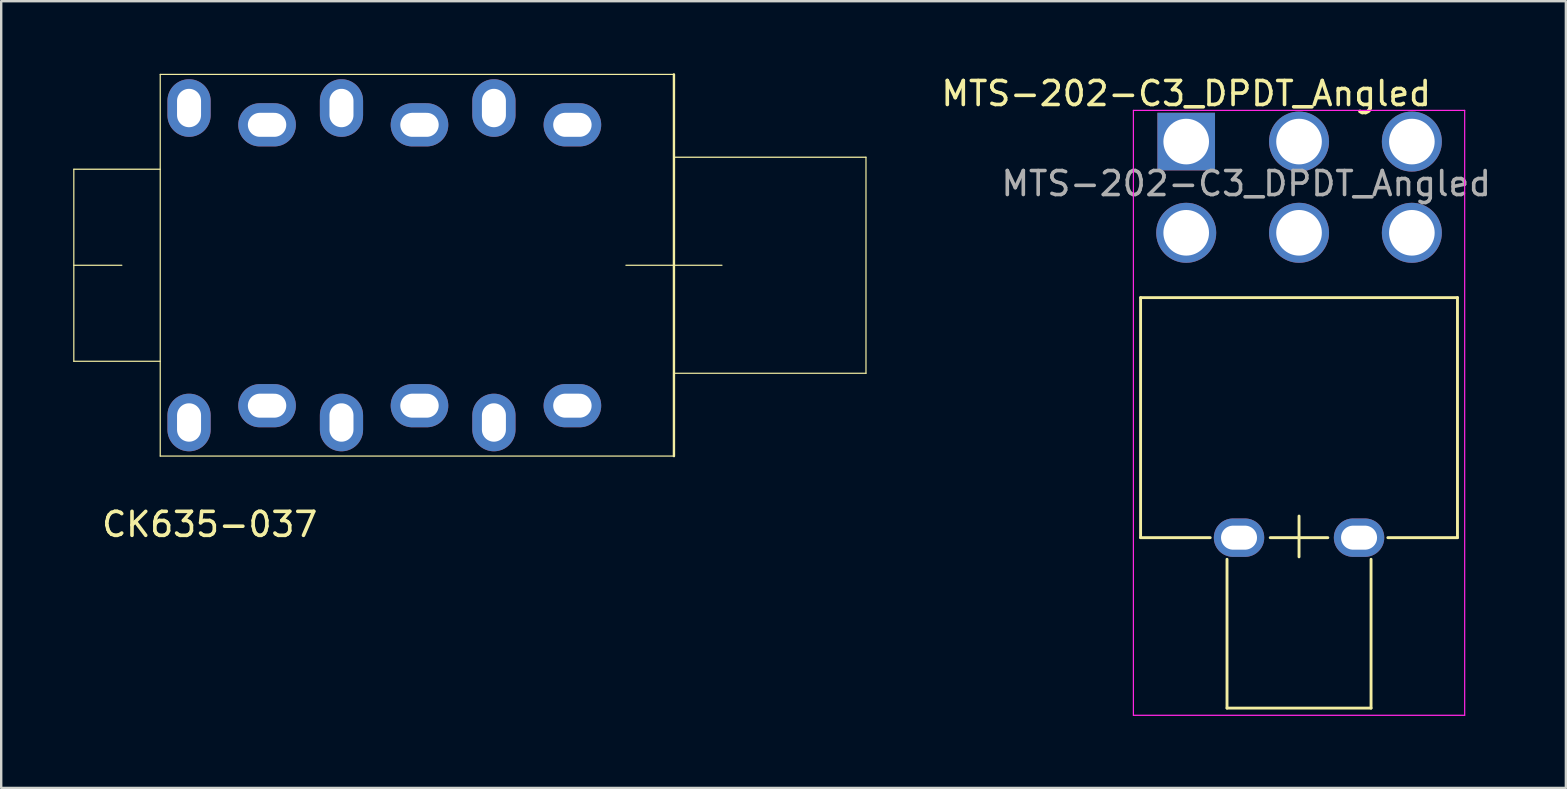
<source format=kicad_pcb>
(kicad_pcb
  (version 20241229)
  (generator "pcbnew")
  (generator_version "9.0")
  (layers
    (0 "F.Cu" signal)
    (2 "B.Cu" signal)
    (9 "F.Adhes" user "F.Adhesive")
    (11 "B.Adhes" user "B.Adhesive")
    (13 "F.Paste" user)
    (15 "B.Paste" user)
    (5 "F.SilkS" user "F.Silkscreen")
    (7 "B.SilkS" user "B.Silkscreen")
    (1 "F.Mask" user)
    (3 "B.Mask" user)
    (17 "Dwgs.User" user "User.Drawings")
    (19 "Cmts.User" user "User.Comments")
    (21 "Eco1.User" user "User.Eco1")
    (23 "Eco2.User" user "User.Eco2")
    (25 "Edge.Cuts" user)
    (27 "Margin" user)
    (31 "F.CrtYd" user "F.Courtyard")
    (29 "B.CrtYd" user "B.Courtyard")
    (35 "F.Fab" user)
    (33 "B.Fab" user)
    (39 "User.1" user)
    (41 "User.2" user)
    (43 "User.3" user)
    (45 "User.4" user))
  (footprint "MTS-202-C3_DPDT_Angled"
    (layer "F.Cu")
    (at 46.365 2.848)
    (property "Reference" "MTS-202-C3_DPDT_Angled" (at 0 -2 0) (layer "F.SilkS") (effects (font (size 1 1) (thickness 0.15))))
    (attr through_hole)
    (fp_line (start -1.9 6.5) (end 11.3 6.5) (stroke (width 0.12) (type solid)) (layer "F.SilkS"))
    (fp_line (start -1.9 16.5) (end -1.9 6.5) (stroke (width 0.12) (type solid)) (layer "F.SilkS"))
    (fp_line (start -1.9 16.5) (end 1 16.5) (stroke (width 0.12) (type solid)) (layer "F.SilkS"))
    (fp_line (start 1.7 17.4) (end 1.7 23.6) (stroke (width 0.12) (type solid)) (layer "F.SilkS"))
    (fp_line (start 1.7 23.6) (end 7.7 23.6) (stroke (width 0.12) (type solid)) (layer "F.SilkS"))
    (fp_line (start 3.5 16.5) (end 5.9 16.5) (stroke (width 0.12) (type solid)) (layer "F.SilkS"))
    (fp_line (start 4.7 15.6) (end 4.7 17.3) (stroke (width 0.12) (type solid)) (layer "F.SilkS"))
    (fp_line (start 7.7 17.4) (end 7.7 23.6) (stroke (width 0.12) (type solid)) (layer "F.SilkS"))
    (fp_line (start 8.4 16.5) (end 11.3 16.5) (stroke (width 0.12) (type solid)) (layer "F.SilkS"))
    (fp_line (start 11.3 6.5) (end 11.3 16.5) (stroke (width 0.12) (type solid)) (layer "F.SilkS"))
    (fp_line (start -2.2 -1.3) (end 11.6 -1.3) (stroke (width 0.05) (type solid)) (layer "F.CrtYd"))
    (fp_line (start -2.2 23.9) (end -2.2 -1.3) (stroke (width 0.05) (type solid)) (layer "F.CrtYd"))
    (fp_line (start 11.6 -1.3) (end 11.6 23.9) (stroke (width 0.05) (type solid)) (layer "F.CrtYd"))
    (fp_line (start 11.6 23.9) (end -2.2 23.9) (stroke (width 0.05) (type solid)) (layer "F.CrtYd"))
    (fp_text user "${REFERENCE}" (at 2.5 1.75 0) (layer "F.Fab") (effects (font (size 1 1) (thickness 0.15))))
    (pad "" thru_hole oval (at 2.2 16.5) (size 2.1 1.6) (drill oval 1.5 1) (layers "*.Cu" "*.Mask"))
    (pad "" thru_hole oval (at 7.2 16.5) (size 2.1 1.6) (drill oval 1.5 1) (layers "*.Cu" "*.Mask"))
    (pad "1" thru_hole rect (at 0 0) (size 2.4 2.4) (drill 1.9) (layers "*.Cu" "*.Mask"))
    (pad "2" thru_hole circle (at 4.7 0) (size 2.5 2.5) (drill 1.9) (layers "*.Cu" "*.Mask"))
    (pad "3" thru_hole circle (at 9.4 0) (size 2.5 2.5) (drill 1.9) (layers "*.Cu" "*.Mask"))
    (pad "4" thru_hole circle (at 0 3.8) (size 2.5 2.5) (drill 1.9) (layers "*.Cu" "*.Mask"))
    (pad "5" thru_hole circle (at 4.7 3.8) (size 2.5 2.5) (drill 1.9) (layers "*.Cu" "*.Mask"))
    (pad "6" thru_hole circle (at 9.4 3.8) (size 2.5 2.5) (drill 1.9) (layers "*.Cu" "*.Mask")))
  (footprint "CK635-037"
    (layer "F.Cu")
    (at 25.025 8)
    (property "Reference" "CK635-037" (at -19.338 10.796 0) (layer "F.SilkS") (effects (font (size 1 1) (thickness 0.15))))
    (attr through_hole)
    (fp_line (start -25 -4) (end -25 4) (stroke (width 0.05) (type solid)) (layer "F.SilkS"))
    (fp_line (start -25 -4) (end -21.4 -4) (stroke (width 0.05) (type solid)) (layer "F.SilkS"))
    (fp_line (start -25 0) (end -23 0) (stroke (width 0.05) (type solid)) (layer "F.SilkS"))
    (fp_line (start -25 4) (end -21.4 4) (stroke (width 0.05) (type solid)) (layer "F.SilkS"))
    (fp_line (start -21.4 -7.95) (end -21.4 7.95) (stroke (width 0.05) (type solid)) (layer "F.SilkS"))
    (fp_line (start -2 0) (end 2 0) (stroke (width 0.05) (type solid)) (layer "F.SilkS"))
    (fp_line (start 0 -7.95) (end -21.4 -7.95) (stroke (width 0.05) (type solid)) (layer "F.SilkS"))
    (fp_line (start 0 -7.95) (end 0 7.95) (stroke (width 0.1) (type solid)) (layer "F.SilkS"))
    (fp_line (start 0 7.95) (end -21.4 7.95) (stroke (width 0.05) (type solid)) (layer "F.SilkS"))
    (fp_line (start 8 -4.5) (end 0 -4.5) (stroke (width 0.05) (type solid)) (layer "F.SilkS"))
    (fp_line (start 8 -4.5) (end 8 4.5) (stroke (width 0.05) (type solid)) (layer "F.SilkS"))
    (fp_line (start 8 4.5) (end 0 4.5) (stroke (width 0.05) (type solid)) (layer "F.SilkS"))
    (pad "R1" thru_hole oval (at -10.6 -5.85) (size 2.4 1.8) (drill oval 1.6 1) (layers "*.Cu" "*.Mask"))
    (pad "R2" thru_hole oval (at -13.85 -6.55) (size 1.8 2.4) (drill oval 1 1.6) (layers "*.Cu" "*.Mask"))
    (pad "RN1" thru_hole oval (at -10.6 5.85) (size 2.4 1.8) (drill oval 1.6 1) (layers "*.Cu" "*.Mask"))
    (pad "RN2" thru_hole oval (at -13.85 6.55) (size 1.8 2.4) (drill oval 1 1.6) (layers "*.Cu" "*.Mask"))
    (pad "S1" thru_hole oval (at -4.23 -5.85) (size 2.4 1.8) (drill oval 1.6 1) (layers "*.Cu" "*.Mask"))
    (pad "S2" thru_hole oval (at -7.5 -6.55) (size 1.8 2.4) (drill oval 1 1.6) (layers "*.Cu" "*.Mask"))
    (pad "SN1" thru_hole oval (at -4.23 5.85) (size 2.4 1.8) (drill oval 1.6 1) (layers "*.Cu" "*.Mask"))
    (pad "SN2" thru_hole oval (at -7.5 6.55) (size 1.8 2.4) (drill oval 1 1.6) (layers "*.Cu" "*.Mask"))
    (pad "T1" thru_hole oval (at -16.95 -5.85) (size 2.4 1.8) (drill oval 1.6 1) (layers "*.Cu" "*.Mask"))
    (pad "T2" thru_hole oval (at -20.2 -6.55) (size 1.8 2.4) (drill oval 1 1.6) (layers "*.Cu" "*.Mask"))
    (pad "TN1" thru_hole oval (at -16.95 5.85) (size 2.4 1.8) (drill oval 1.6 1) (layers "*.Cu" "*.Mask"))
    (pad "TN2" thru_hole oval (at -20.2 6.55) (size 1.8 2.4) (drill oval 1 1.6) (layers "*.Cu" "*.Mask")))
  (gr_rect
    (start -3 -3)
    (end 62.181 29.773)
    (stroke (width 0.1) (type default))
    (fill no)
    (layer "Edge.Cuts")))
</source>
